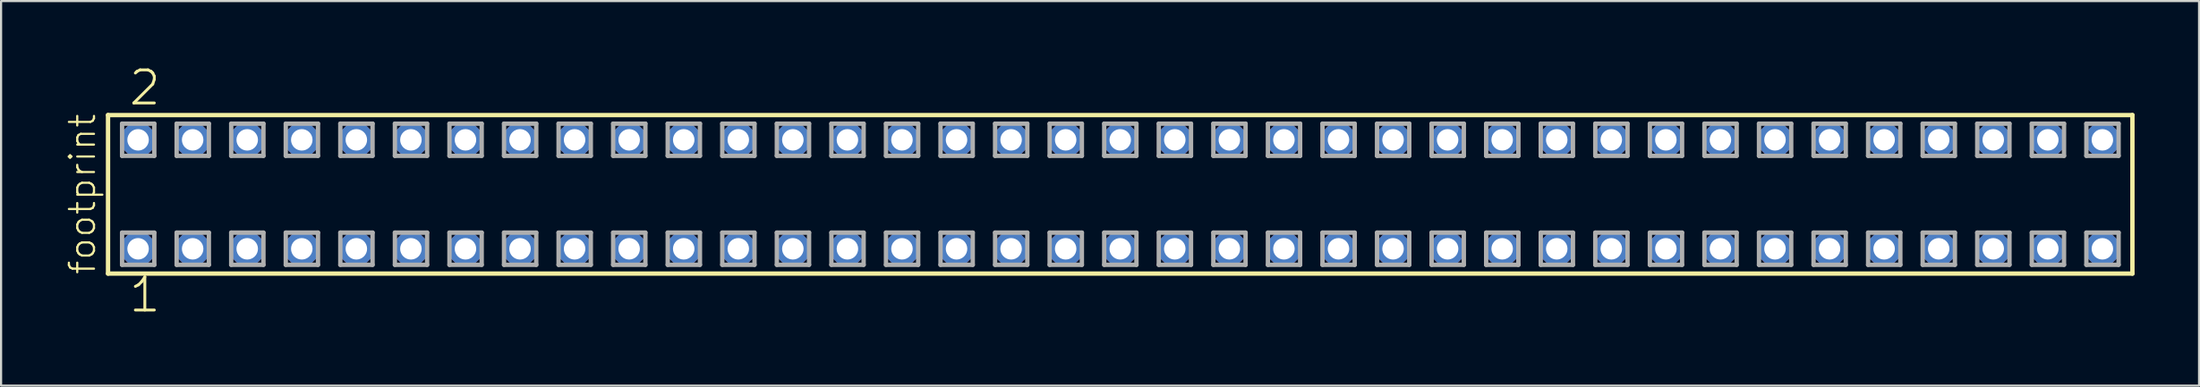
<source format=kicad_pcb>
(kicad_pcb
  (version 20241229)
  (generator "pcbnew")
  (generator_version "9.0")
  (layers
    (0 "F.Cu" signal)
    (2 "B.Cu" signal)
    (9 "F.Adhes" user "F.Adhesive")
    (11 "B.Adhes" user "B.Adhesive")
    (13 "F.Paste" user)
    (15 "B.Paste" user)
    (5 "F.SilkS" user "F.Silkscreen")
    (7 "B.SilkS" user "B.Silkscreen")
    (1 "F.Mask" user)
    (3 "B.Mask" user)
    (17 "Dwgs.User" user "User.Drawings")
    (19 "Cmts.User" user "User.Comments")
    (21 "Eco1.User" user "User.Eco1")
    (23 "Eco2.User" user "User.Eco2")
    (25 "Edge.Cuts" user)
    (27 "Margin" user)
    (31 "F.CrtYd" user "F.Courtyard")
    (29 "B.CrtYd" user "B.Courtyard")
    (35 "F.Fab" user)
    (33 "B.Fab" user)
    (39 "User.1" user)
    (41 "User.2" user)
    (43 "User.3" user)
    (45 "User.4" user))
  (footprint "footprint"
    (layer "F.Cu")
    (at 49.098 6.009)
    (property "Reference" "footprint" (at -47.625 3.81 90) (layer "F.SilkS") (effects (font (size 1.168 1.168) (thickness 0.102)) (justify left bottom)))
    (fp_line (start -47.119 -3.695) (end 47.119 -3.695) (stroke (width 0.203) (type solid)) (layer "F.SilkS"))
    (fp_line (start -47.119 3.695) (end -47.119 -3.695) (stroke (width 0.203) (type solid)) (layer "F.SilkS"))
    (fp_line (start 47.119 -3.695) (end 47.119 3.695) (stroke (width 0.203) (type solid)) (layer "F.SilkS"))
    (fp_line (start 47.119 3.695) (end -47.119 3.695) (stroke (width 0.203) (type solid)) (layer "F.SilkS"))
    (fp_line (start -46.465 -3.295) (end -44.965 -3.295) (stroke (width 0.203) (type solid)) (layer "F.Fab"))
    (fp_line (start -46.465 -1.795) (end -46.465 -3.295) (stroke (width 0.203) (type solid)) (layer "F.Fab"))
    (fp_line (start -46.465 1.785) (end -44.965 1.785) (stroke (width 0.203) (type solid)) (layer "F.Fab"))
    (fp_line (start -46.465 3.285) (end -46.465 1.785) (stroke (width 0.203) (type solid)) (layer "F.Fab"))
    (fp_line (start -44.965 -3.295) (end -44.965 -1.795) (stroke (width 0.203) (type solid)) (layer "F.Fab"))
    (fp_line (start -44.965 -1.795) (end -46.465 -1.795) (stroke (width 0.203) (type solid)) (layer "F.Fab"))
    (fp_line (start -44.965 1.785) (end -44.965 3.285) (stroke (width 0.203) (type solid)) (layer "F.Fab"))
    (fp_line (start -44.965 3.285) (end -46.465 3.285) (stroke (width 0.203) (type solid)) (layer "F.Fab"))
    (fp_line (start -43.925 -3.295) (end -42.425 -3.295) (stroke (width 0.203) (type solid)) (layer "F.Fab"))
    (fp_line (start -43.925 -1.795) (end -43.925 -3.295) (stroke (width 0.203) (type solid)) (layer "F.Fab"))
    (fp_line (start -43.925 1.785) (end -42.425 1.785) (stroke (width 0.203) (type solid)) (layer "F.Fab"))
    (fp_line (start -43.925 3.285) (end -43.925 1.785) (stroke (width 0.203) (type solid)) (layer "F.Fab"))
    (fp_line (start -42.425 -3.295) (end -42.425 -1.795) (stroke (width 0.203) (type solid)) (layer "F.Fab"))
    (fp_line (start -42.425 -1.795) (end -43.925 -1.795) (stroke (width 0.203) (type solid)) (layer "F.Fab"))
    (fp_line (start -42.425 1.785) (end -42.425 3.285) (stroke (width 0.203) (type solid)) (layer "F.Fab"))
    (fp_line (start -42.425 3.285) (end -43.925 3.285) (stroke (width 0.203) (type solid)) (layer "F.Fab"))
    (fp_line (start -41.385 -3.295) (end -39.885 -3.295) (stroke (width 0.203) (type solid)) (layer "F.Fab"))
    (fp_line (start -41.385 -1.795) (end -41.385 -3.295) (stroke (width 0.203) (type solid)) (layer "F.Fab"))
    (fp_line (start -41.385 1.785) (end -39.885 1.785) (stroke (width 0.203) (type solid)) (layer "F.Fab"))
    (fp_line (start -41.385 3.285) (end -41.385 1.785) (stroke (width 0.203) (type solid)) (layer "F.Fab"))
    (fp_line (start -39.885 -3.295) (end -39.885 -1.795) (stroke (width 0.203) (type solid)) (layer "F.Fab"))
    (fp_line (start -39.885 -1.795) (end -41.385 -1.795) (stroke (width 0.203) (type solid)) (layer "F.Fab"))
    (fp_line (start -39.885 1.785) (end -39.885 3.285) (stroke (width 0.203) (type solid)) (layer "F.Fab"))
    (fp_line (start -39.885 3.285) (end -41.385 3.285) (stroke (width 0.203) (type solid)) (layer "F.Fab"))
    (fp_line (start -38.845 -3.295) (end -37.345 -3.295) (stroke (width 0.203) (type solid)) (layer "F.Fab"))
    (fp_line (start -38.845 -1.795) (end -38.845 -3.295) (stroke (width 0.203) (type solid)) (layer "F.Fab"))
    (fp_line (start -38.845 1.785) (end -37.345 1.785) (stroke (width 0.203) (type solid)) (layer "F.Fab"))
    (fp_line (start -38.845 3.285) (end -38.845 1.785) (stroke (width 0.203) (type solid)) (layer "F.Fab"))
    (fp_line (start -37.345 -3.295) (end -37.345 -1.795) (stroke (width 0.203) (type solid)) (layer "F.Fab"))
    (fp_line (start -37.345 -1.795) (end -38.845 -1.795) (stroke (width 0.203) (type solid)) (layer "F.Fab"))
    (fp_line (start -37.345 1.785) (end -37.345 3.285) (stroke (width 0.203) (type solid)) (layer "F.Fab"))
    (fp_line (start -37.345 3.285) (end -38.845 3.285) (stroke (width 0.203) (type solid)) (layer "F.Fab"))
    (fp_line (start -36.305 -3.295) (end -34.805 -3.295) (stroke (width 0.203) (type solid)) (layer "F.Fab"))
    (fp_line (start -36.305 -1.795) (end -36.305 -3.295) (stroke (width 0.203) (type solid)) (layer "F.Fab"))
    (fp_line (start -36.305 1.785) (end -34.805 1.785) (stroke (width 0.203) (type solid)) (layer "F.Fab"))
    (fp_line (start -36.305 3.285) (end -36.305 1.785) (stroke (width 0.203) (type solid)) (layer "F.Fab"))
    (fp_line (start -34.805 -3.295) (end -34.805 -1.795) (stroke (width 0.203) (type solid)) (layer "F.Fab"))
    (fp_line (start -34.805 -1.795) (end -36.305 -1.795) (stroke (width 0.203) (type solid)) (layer "F.Fab"))
    (fp_line (start -34.805 1.785) (end -34.805 3.285) (stroke (width 0.203) (type solid)) (layer "F.Fab"))
    (fp_line (start -34.805 3.285) (end -36.305 3.285) (stroke (width 0.203) (type solid)) (layer "F.Fab"))
    (fp_line (start -33.765 -3.295) (end -32.265 -3.295) (stroke (width 0.203) (type solid)) (layer "F.Fab"))
    (fp_line (start -33.765 -1.795) (end -33.765 -3.295) (stroke (width 0.203) (type solid)) (layer "F.Fab"))
    (fp_line (start -33.765 1.785) (end -32.265 1.785) (stroke (width 0.203) (type solid)) (layer "F.Fab"))
    (fp_line (start -33.765 3.285) (end -33.765 1.785) (stroke (width 0.203) (type solid)) (layer "F.Fab"))
    (fp_line (start -32.265 -3.295) (end -32.265 -1.795) (stroke (width 0.203) (type solid)) (layer "F.Fab"))
    (fp_line (start -32.265 -1.795) (end -33.765 -1.795) (stroke (width 0.203) (type solid)) (layer "F.Fab"))
    (fp_line (start -32.265 1.785) (end -32.265 3.285) (stroke (width 0.203) (type solid)) (layer "F.Fab"))
    (fp_line (start -32.265 3.285) (end -33.765 3.285) (stroke (width 0.203) (type solid)) (layer "F.Fab"))
    (fp_line (start -31.225 -3.295) (end -29.725 -3.295) (stroke (width 0.203) (type solid)) (layer "F.Fab"))
    (fp_line (start -31.225 -1.795) (end -31.225 -3.295) (stroke (width 0.203) (type solid)) (layer "F.Fab"))
    (fp_line (start -31.225 1.785) (end -29.725 1.785) (stroke (width 0.203) (type solid)) (layer "F.Fab"))
    (fp_line (start -31.225 3.285) (end -31.225 1.785) (stroke (width 0.203) (type solid)) (layer "F.Fab"))
    (fp_line (start -29.725 -3.295) (end -29.725 -1.795) (stroke (width 0.203) (type solid)) (layer "F.Fab"))
    (fp_line (start -29.725 -1.795) (end -31.225 -1.795) (stroke (width 0.203) (type solid)) (layer "F.Fab"))
    (fp_line (start -29.725 1.785) (end -29.725 3.285) (stroke (width 0.203) (type solid)) (layer "F.Fab"))
    (fp_line (start -29.725 3.285) (end -31.225 3.285) (stroke (width 0.203) (type solid)) (layer "F.Fab"))
    (fp_line (start -28.685 -3.295) (end -27.185 -3.295) (stroke (width 0.203) (type solid)) (layer "F.Fab"))
    (fp_line (start -28.685 -1.795) (end -28.685 -3.295) (stroke (width 0.203) (type solid)) (layer "F.Fab"))
    (fp_line (start -28.685 1.785) (end -27.185 1.785) (stroke (width 0.203) (type solid)) (layer "F.Fab"))
    (fp_line (start -28.685 3.285) (end -28.685 1.785) (stroke (width 0.203) (type solid)) (layer "F.Fab"))
    (fp_line (start -27.185 -3.295) (end -27.185 -1.795) (stroke (width 0.203) (type solid)) (layer "F.Fab"))
    (fp_line (start -27.185 -1.795) (end -28.685 -1.795) (stroke (width 0.203) (type solid)) (layer "F.Fab"))
    (fp_line (start -27.185 1.785) (end -27.185 3.285) (stroke (width 0.203) (type solid)) (layer "F.Fab"))
    (fp_line (start -27.185 3.285) (end -28.685 3.285) (stroke (width 0.203) (type solid)) (layer "F.Fab"))
    (fp_line (start -26.145 -3.295) (end -24.645 -3.295) (stroke (width 0.203) (type solid)) (layer "F.Fab"))
    (fp_line (start -26.145 -1.795) (end -26.145 -3.295) (stroke (width 0.203) (type solid)) (layer "F.Fab"))
    (fp_line (start -26.145 1.785) (end -24.645 1.785) (stroke (width 0.203) (type solid)) (layer "F.Fab"))
    (fp_line (start -26.145 3.285) (end -26.145 1.785) (stroke (width 0.203) (type solid)) (layer "F.Fab"))
    (fp_line (start -24.645 -3.295) (end -24.645 -1.795) (stroke (width 0.203) (type solid)) (layer "F.Fab"))
    (fp_line (start -24.645 -1.795) (end -26.145 -1.795) (stroke (width 0.203) (type solid)) (layer "F.Fab"))
    (fp_line (start -24.645 1.785) (end -24.645 3.285) (stroke (width 0.203) (type solid)) (layer "F.Fab"))
    (fp_line (start -24.645 3.285) (end -26.145 3.285) (stroke (width 0.203) (type solid)) (layer "F.Fab"))
    (fp_line (start -23.605 -3.295) (end -22.105 -3.295) (stroke (width 0.203) (type solid)) (layer "F.Fab"))
    (fp_line (start -23.605 -1.795) (end -23.605 -3.295) (stroke (width 0.203) (type solid)) (layer "F.Fab"))
    (fp_line (start -23.605 1.785) (end -22.105 1.785) (stroke (width 0.203) (type solid)) (layer "F.Fab"))
    (fp_line (start -23.605 3.285) (end -23.605 1.785) (stroke (width 0.203) (type solid)) (layer "F.Fab"))
    (fp_line (start -22.105 -3.295) (end -22.105 -1.795) (stroke (width 0.203) (type solid)) (layer "F.Fab"))
    (fp_line (start -22.105 -1.795) (end -23.605 -1.795) (stroke (width 0.203) (type solid)) (layer "F.Fab"))
    (fp_line (start -22.105 1.785) (end -22.105 3.285) (stroke (width 0.203) (type solid)) (layer "F.Fab"))
    (fp_line (start -22.105 3.285) (end -23.605 3.285) (stroke (width 0.203) (type solid)) (layer "F.Fab"))
    (fp_line (start -21.065 -3.295) (end -19.565 -3.295) (stroke (width 0.203) (type solid)) (layer "F.Fab"))
    (fp_line (start -21.065 -1.795) (end -21.065 -3.295) (stroke (width 0.203) (type solid)) (layer "F.Fab"))
    (fp_line (start -21.065 1.785) (end -19.565 1.785) (stroke (width 0.203) (type solid)) (layer "F.Fab"))
    (fp_line (start -21.065 3.285) (end -21.065 1.785) (stroke (width 0.203) (type solid)) (layer "F.Fab"))
    (fp_line (start -19.565 -3.295) (end -19.565 -1.795) (stroke (width 0.203) (type solid)) (layer "F.Fab"))
    (fp_line (start -19.565 -1.795) (end -21.065 -1.795) (stroke (width 0.203) (type solid)) (layer "F.Fab"))
    (fp_line (start -19.565 1.785) (end -19.565 3.285) (stroke (width 0.203) (type solid)) (layer "F.Fab"))
    (fp_line (start -19.565 3.285) (end -21.065 3.285) (stroke (width 0.203) (type solid)) (layer "F.Fab"))
    (fp_line (start -18.525 -3.295) (end -17.025 -3.295) (stroke (width 0.203) (type solid)) (layer "F.Fab"))
    (fp_line (start -18.525 -1.795) (end -18.525 -3.295) (stroke (width 0.203) (type solid)) (layer "F.Fab"))
    (fp_line (start -18.525 1.785) (end -17.025 1.785) (stroke (width 0.203) (type solid)) (layer "F.Fab"))
    (fp_line (start -18.525 3.285) (end -18.525 1.785) (stroke (width 0.203) (type solid)) (layer "F.Fab"))
    (fp_line (start -17.025 -3.295) (end -17.025 -1.795) (stroke (width 0.203) (type solid)) (layer "F.Fab"))
    (fp_line (start -17.025 -1.795) (end -18.525 -1.795) (stroke (width 0.203) (type solid)) (layer "F.Fab"))
    (fp_line (start -17.025 1.785) (end -17.025 3.285) (stroke (width 0.203) (type solid)) (layer "F.Fab"))
    (fp_line (start -17.025 3.285) (end -18.525 3.285) (stroke (width 0.203) (type solid)) (layer "F.Fab"))
    (fp_line (start -15.985 -3.295) (end -14.485 -3.295) (stroke (width 0.203) (type solid)) (layer "F.Fab"))
    (fp_line (start -15.985 -1.795) (end -15.985 -3.295) (stroke (width 0.203) (type solid)) (layer "F.Fab"))
    (fp_line (start -15.985 1.785) (end -14.485 1.785) (stroke (width 0.203) (type solid)) (layer "F.Fab"))
    (fp_line (start -15.985 3.285) (end -15.985 1.785) (stroke (width 0.203) (type solid)) (layer "F.Fab"))
    (fp_line (start -14.485 -3.295) (end -14.485 -1.795) (stroke (width 0.203) (type solid)) (layer "F.Fab"))
    (fp_line (start -14.485 -1.795) (end -15.985 -1.795) (stroke (width 0.203) (type solid)) (layer "F.Fab"))
    (fp_line (start -14.485 1.785) (end -14.485 3.285) (stroke (width 0.203) (type solid)) (layer "F.Fab"))
    (fp_line (start -14.485 3.285) (end -15.985 3.285) (stroke (width 0.203) (type solid)) (layer "F.Fab"))
    (fp_line (start -13.445 -3.295) (end -11.945 -3.295) (stroke (width 0.203) (type solid)) (layer "F.Fab"))
    (fp_line (start -13.445 -1.795) (end -13.445 -3.295) (stroke (width 0.203) (type solid)) (layer "F.Fab"))
    (fp_line (start -13.445 1.785) (end -11.945 1.785) (stroke (width 0.203) (type solid)) (layer "F.Fab"))
    (fp_line (start -13.445 3.285) (end -13.445 1.785) (stroke (width 0.203) (type solid)) (layer "F.Fab"))
    (fp_line (start -11.945 -3.295) (end -11.945 -1.795) (stroke (width 0.203) (type solid)) (layer "F.Fab"))
    (fp_line (start -11.945 -1.795) (end -13.445 -1.795) (stroke (width 0.203) (type solid)) (layer "F.Fab"))
    (fp_line (start -11.945 1.785) (end -11.945 3.285) (stroke (width 0.203) (type solid)) (layer "F.Fab"))
    (fp_line (start -11.945 3.285) (end -13.445 3.285) (stroke (width 0.203) (type solid)) (layer "F.Fab"))
    (fp_line (start -10.905 -3.295) (end -9.405 -3.295) (stroke (width 0.203) (type solid)) (layer "F.Fab"))
    (fp_line (start -10.905 -1.795) (end -10.905 -3.295) (stroke (width 0.203) (type solid)) (layer "F.Fab"))
    (fp_line (start -10.905 1.785) (end -9.405 1.785) (stroke (width 0.203) (type solid)) (layer "F.Fab"))
    (fp_line (start -10.905 3.285) (end -10.905 1.785) (stroke (width 0.203) (type solid)) (layer "F.Fab"))
    (fp_line (start -9.405 -3.295) (end -9.405 -1.795) (stroke (width 0.203) (type solid)) (layer "F.Fab"))
    (fp_line (start -9.405 -1.795) (end -10.905 -1.795) (stroke (width 0.203) (type solid)) (layer "F.Fab"))
    (fp_line (start -9.405 1.785) (end -9.405 3.285) (stroke (width 0.203) (type solid)) (layer "F.Fab"))
    (fp_line (start -9.405 3.285) (end -10.905 3.285) (stroke (width 0.203) (type solid)) (layer "F.Fab"))
    (fp_line (start -8.365 -3.295) (end -6.865 -3.295) (stroke (width 0.203) (type solid)) (layer "F.Fab"))
    (fp_line (start -8.365 -1.795) (end -8.365 -3.295) (stroke (width 0.203) (type solid)) (layer "F.Fab"))
    (fp_line (start -8.365 1.785) (end -6.865 1.785) (stroke (width 0.203) (type solid)) (layer "F.Fab"))
    (fp_line (start -8.365 3.285) (end -8.365 1.785) (stroke (width 0.203) (type solid)) (layer "F.Fab"))
    (fp_line (start -6.865 -3.295) (end -6.865 -1.795) (stroke (width 0.203) (type solid)) (layer "F.Fab"))
    (fp_line (start -6.865 -1.795) (end -8.365 -1.795) (stroke (width 0.203) (type solid)) (layer "F.Fab"))
    (fp_line (start -6.865 1.785) (end -6.865 3.285) (stroke (width 0.203) (type solid)) (layer "F.Fab"))
    (fp_line (start -6.865 3.285) (end -8.365 3.285) (stroke (width 0.203) (type solid)) (layer "F.Fab"))
    (fp_line (start -5.825 -3.295) (end -4.325 -3.295) (stroke (width 0.203) (type solid)) (layer "F.Fab"))
    (fp_line (start -5.825 -1.795) (end -5.825 -3.295) (stroke (width 0.203) (type solid)) (layer "F.Fab"))
    (fp_line (start -5.825 1.785) (end -4.325 1.785) (stroke (width 0.203) (type solid)) (layer "F.Fab"))
    (fp_line (start -5.825 3.285) (end -5.825 1.785) (stroke (width 0.203) (type solid)) (layer "F.Fab"))
    (fp_line (start -4.325 -3.295) (end -4.325 -1.795) (stroke (width 0.203) (type solid)) (layer "F.Fab"))
    (fp_line (start -4.325 -1.795) (end -5.825 -1.795) (stroke (width 0.203) (type solid)) (layer "F.Fab"))
    (fp_line (start -4.325 1.785) (end -4.325 3.285) (stroke (width 0.203) (type solid)) (layer "F.Fab"))
    (fp_line (start -4.325 3.285) (end -5.825 3.285) (stroke (width 0.203) (type solid)) (layer "F.Fab"))
    (fp_line (start -3.285 -3.295) (end -1.785 -3.295) (stroke (width 0.203) (type solid)) (layer "F.Fab"))
    (fp_line (start -3.285 -1.795) (end -3.285 -3.295) (stroke (width 0.203) (type solid)) (layer "F.Fab"))
    (fp_line (start -3.285 1.785) (end -1.785 1.785) (stroke (width 0.203) (type solid)) (layer "F.Fab"))
    (fp_line (start -3.285 3.285) (end -3.285 1.785) (stroke (width 0.203) (type solid)) (layer "F.Fab"))
    (fp_line (start -1.785 -3.295) (end -1.785 -1.795) (stroke (width 0.203) (type solid)) (layer "F.Fab"))
    (fp_line (start -1.785 -1.795) (end -3.285 -1.795) (stroke (width 0.203) (type solid)) (layer "F.Fab"))
    (fp_line (start -1.785 1.785) (end -1.785 3.285) (stroke (width 0.203) (type solid)) (layer "F.Fab"))
    (fp_line (start -1.785 3.285) (end -3.285 3.285) (stroke (width 0.203) (type solid)) (layer "F.Fab"))
    (fp_line (start -0.745 -3.295) (end 0.755 -3.295) (stroke (width 0.203) (type solid)) (layer "F.Fab"))
    (fp_line (start -0.745 -1.795) (end -0.745 -3.295) (stroke (width 0.203) (type solid)) (layer "F.Fab"))
    (fp_line (start -0.745 1.785) (end 0.755 1.785) (stroke (width 0.203) (type solid)) (layer "F.Fab"))
    (fp_line (start -0.745 3.285) (end -0.745 1.785) (stroke (width 0.203) (type solid)) (layer "F.Fab"))
    (fp_line (start 0.755 -3.295) (end 0.755 -1.795) (stroke (width 0.203) (type solid)) (layer "F.Fab"))
    (fp_line (start 0.755 -1.795) (end -0.745 -1.795) (stroke (width 0.203) (type solid)) (layer "F.Fab"))
    (fp_line (start 0.755 1.785) (end 0.755 3.285) (stroke (width 0.203) (type solid)) (layer "F.Fab"))
    (fp_line (start 0.755 3.285) (end -0.745 3.285) (stroke (width 0.203) (type solid)) (layer "F.Fab"))
    (fp_line (start 1.795 -3.295) (end 3.295 -3.295) (stroke (width 0.203) (type solid)) (layer "F.Fab"))
    (fp_line (start 1.795 -1.795) (end 1.795 -3.295) (stroke (width 0.203) (type solid)) (layer "F.Fab"))
    (fp_line (start 1.795 1.785) (end 3.295 1.785) (stroke (width 0.203) (type solid)) (layer "F.Fab"))
    (fp_line (start 1.795 3.285) (end 1.795 1.785) (stroke (width 0.203) (type solid)) (layer "F.Fab"))
    (fp_line (start 3.295 -3.295) (end 3.295 -1.795) (stroke (width 0.203) (type solid)) (layer "F.Fab"))
    (fp_line (start 3.295 -1.795) (end 1.795 -1.795) (stroke (width 0.203) (type solid)) (layer "F.Fab"))
    (fp_line (start 3.295 1.785) (end 3.295 3.285) (stroke (width 0.203) (type solid)) (layer "F.Fab"))
    (fp_line (start 3.295 3.285) (end 1.795 3.285) (stroke (width 0.203) (type solid)) (layer "F.Fab"))
    (fp_line (start 4.335 -3.295) (end 5.835 -3.295) (stroke (width 0.203) (type solid)) (layer "F.Fab"))
    (fp_line (start 4.335 -1.795) (end 4.335 -3.295) (stroke (width 0.203) (type solid)) (layer "F.Fab"))
    (fp_line (start 4.335 1.785) (end 5.835 1.785) (stroke (width 0.203) (type solid)) (layer "F.Fab"))
    (fp_line (start 4.335 3.285) (end 4.335 1.785) (stroke (width 0.203) (type solid)) (layer "F.Fab"))
    (fp_line (start 5.835 -3.295) (end 5.835 -1.795) (stroke (width 0.203) (type solid)) (layer "F.Fab"))
    (fp_line (start 5.835 -1.795) (end 4.335 -1.795) (stroke (width 0.203) (type solid)) (layer "F.Fab"))
    (fp_line (start 5.835 1.785) (end 5.835 3.285) (stroke (width 0.203) (type solid)) (layer "F.Fab"))
    (fp_line (start 5.835 3.285) (end 4.335 3.285) (stroke (width 0.203) (type solid)) (layer "F.Fab"))
    (fp_line (start 6.875 -3.295) (end 8.375 -3.295) (stroke (width 0.203) (type solid)) (layer "F.Fab"))
    (fp_line (start 6.875 -1.795) (end 6.875 -3.295) (stroke (width 0.203) (type solid)) (layer "F.Fab"))
    (fp_line (start 6.875 1.785) (end 8.375 1.785) (stroke (width 0.203) (type solid)) (layer "F.Fab"))
    (fp_line (start 6.875 3.285) (end 6.875 1.785) (stroke (width 0.203) (type solid)) (layer "F.Fab"))
    (fp_line (start 8.375 -3.295) (end 8.375 -1.795) (stroke (width 0.203) (type solid)) (layer "F.Fab"))
    (fp_line (start 8.375 -1.795) (end 6.875 -1.795) (stroke (width 0.203) (type solid)) (layer "F.Fab"))
    (fp_line (start 8.375 1.785) (end 8.375 3.285) (stroke (width 0.203) (type solid)) (layer "F.Fab"))
    (fp_line (start 8.375 3.285) (end 6.875 3.285) (stroke (width 0.203) (type solid)) (layer "F.Fab"))
    (fp_line (start 9.415 -3.295) (end 10.915 -3.295) (stroke (width 0.203) (type solid)) (layer "F.Fab"))
    (fp_line (start 9.415 -1.795) (end 9.415 -3.295) (stroke (width 0.203) (type solid)) (layer "F.Fab"))
    (fp_line (start 9.415 1.785) (end 10.915 1.785) (stroke (width 0.203) (type solid)) (layer "F.Fab"))
    (fp_line (start 9.415 3.285) (end 9.415 1.785) (stroke (width 0.203) (type solid)) (layer "F.Fab"))
    (fp_line (start 10.915 -3.295) (end 10.915 -1.795) (stroke (width 0.203) (type solid)) (layer "F.Fab"))
    (fp_line (start 10.915 -1.795) (end 9.415 -1.795) (stroke (width 0.203) (type solid)) (layer "F.Fab"))
    (fp_line (start 10.915 1.785) (end 10.915 3.285) (stroke (width 0.203) (type solid)) (layer "F.Fab"))
    (fp_line (start 10.915 3.285) (end 9.415 3.285) (stroke (width 0.203) (type solid)) (layer "F.Fab"))
    (fp_line (start 11.955 -3.295) (end 13.455 -3.295) (stroke (width 0.203) (type solid)) (layer "F.Fab"))
    (fp_line (start 11.955 -1.795) (end 11.955 -3.295) (stroke (width 0.203) (type solid)) (layer "F.Fab"))
    (fp_line (start 11.955 1.785) (end 13.455 1.785) (stroke (width 0.203) (type solid)) (layer "F.Fab"))
    (fp_line (start 11.955 3.285) (end 11.955 1.785) (stroke (width 0.203) (type solid)) (layer "F.Fab"))
    (fp_line (start 13.455 -3.295) (end 13.455 -1.795) (stroke (width 0.203) (type solid)) (layer "F.Fab"))
    (fp_line (start 13.455 -1.795) (end 11.955 -1.795) (stroke (width 0.203) (type solid)) (layer "F.Fab"))
    (fp_line (start 13.455 1.785) (end 13.455 3.285) (stroke (width 0.203) (type solid)) (layer "F.Fab"))
    (fp_line (start 13.455 3.285) (end 11.955 3.285) (stroke (width 0.203) (type solid)) (layer "F.Fab"))
    (fp_line (start 14.495 -3.295) (end 15.995 -3.295) (stroke (width 0.203) (type solid)) (layer "F.Fab"))
    (fp_line (start 14.495 -1.795) (end 14.495 -3.295) (stroke (width 0.203) (type solid)) (layer "F.Fab"))
    (fp_line (start 14.495 1.785) (end 15.995 1.785) (stroke (width 0.203) (type solid)) (layer "F.Fab"))
    (fp_line (start 14.495 3.285) (end 14.495 1.785) (stroke (width 0.203) (type solid)) (layer "F.Fab"))
    (fp_line (start 15.995 -3.295) (end 15.995 -1.795) (stroke (width 0.203) (type solid)) (layer "F.Fab"))
    (fp_line (start 15.995 -1.795) (end 14.495 -1.795) (stroke (width 0.203) (type solid)) (layer "F.Fab"))
    (fp_line (start 15.995 1.785) (end 15.995 3.285) (stroke (width 0.203) (type solid)) (layer "F.Fab"))
    (fp_line (start 15.995 3.285) (end 14.495 3.285) (stroke (width 0.203) (type solid)) (layer "F.Fab"))
    (fp_line (start 17.035 -3.295) (end 18.535 -3.295) (stroke (width 0.203) (type solid)) (layer "F.Fab"))
    (fp_line (start 17.035 -1.795) (end 17.035 -3.295) (stroke (width 0.203) (type solid)) (layer "F.Fab"))
    (fp_line (start 17.035 1.785) (end 18.535 1.785) (stroke (width 0.203) (type solid)) (layer "F.Fab"))
    (fp_line (start 17.035 3.285) (end 17.035 1.785) (stroke (width 0.203) (type solid)) (layer "F.Fab"))
    (fp_line (start 18.535 -3.295) (end 18.535 -1.795) (stroke (width 0.203) (type solid)) (layer "F.Fab"))
    (fp_line (start 18.535 -1.795) (end 17.035 -1.795) (stroke (width 0.203) (type solid)) (layer "F.Fab"))
    (fp_line (start 18.535 1.785) (end 18.535 3.285) (stroke (width 0.203) (type solid)) (layer "F.Fab"))
    (fp_line (start 18.535 3.285) (end 17.035 3.285) (stroke (width 0.203) (type solid)) (layer "F.Fab"))
    (fp_line (start 19.575 -3.295) (end 21.075 -3.295) (stroke (width 0.203) (type solid)) (layer "F.Fab"))
    (fp_line (start 19.575 -1.795) (end 19.575 -3.295) (stroke (width 0.203) (type solid)) (layer "F.Fab"))
    (fp_line (start 19.575 1.785) (end 21.075 1.785) (stroke (width 0.203) (type solid)) (layer "F.Fab"))
    (fp_line (start 19.575 3.285) (end 19.575 1.785) (stroke (width 0.203) (type solid)) (layer "F.Fab"))
    (fp_line (start 21.075 -3.295) (end 21.075 -1.795) (stroke (width 0.203) (type solid)) (layer "F.Fab"))
    (fp_line (start 21.075 -1.795) (end 19.575 -1.795) (stroke (width 0.203) (type solid)) (layer "F.Fab"))
    (fp_line (start 21.075 1.785) (end 21.075 3.285) (stroke (width 0.203) (type solid)) (layer "F.Fab"))
    (fp_line (start 21.075 3.285) (end 19.575 3.285) (stroke (width 0.203) (type solid)) (layer "F.Fab"))
    (fp_line (start 22.115 -3.295) (end 23.615 -3.295) (stroke (width 0.203) (type solid)) (layer "F.Fab"))
    (fp_line (start 22.115 -1.795) (end 22.115 -3.295) (stroke (width 0.203) (type solid)) (layer "F.Fab"))
    (fp_line (start 22.115 1.785) (end 23.615 1.785) (stroke (width 0.203) (type solid)) (layer "F.Fab"))
    (fp_line (start 22.115 3.285) (end 22.115 1.785) (stroke (width 0.203) (type solid)) (layer "F.Fab"))
    (fp_line (start 23.615 -3.295) (end 23.615 -1.795) (stroke (width 0.203) (type solid)) (layer "F.Fab"))
    (fp_line (start 23.615 -1.795) (end 22.115 -1.795) (stroke (width 0.203) (type solid)) (layer "F.Fab"))
    (fp_line (start 23.615 1.785) (end 23.615 3.285) (stroke (width 0.203) (type solid)) (layer "F.Fab"))
    (fp_line (start 23.615 3.285) (end 22.115 3.285) (stroke (width 0.203) (type solid)) (layer "F.Fab"))
    (fp_line (start 24.655 -3.295) (end 26.155 -3.295) (stroke (width 0.203) (type solid)) (layer "F.Fab"))
    (fp_line (start 24.655 -1.795) (end 24.655 -3.295) (stroke (width 0.203) (type solid)) (layer "F.Fab"))
    (fp_line (start 24.655 1.785) (end 26.155 1.785) (stroke (width 0.203) (type solid)) (layer "F.Fab"))
    (fp_line (start 24.655 3.285) (end 24.655 1.785) (stroke (width 0.203) (type solid)) (layer "F.Fab"))
    (fp_line (start 26.155 -3.295) (end 26.155 -1.795) (stroke (width 0.203) (type solid)) (layer "F.Fab"))
    (fp_line (start 26.155 -1.795) (end 24.655 -1.795) (stroke (width 0.203) (type solid)) (layer "F.Fab"))
    (fp_line (start 26.155 1.785) (end 26.155 3.285) (stroke (width 0.203) (type solid)) (layer "F.Fab"))
    (fp_line (start 26.155 3.285) (end 24.655 3.285) (stroke (width 0.203) (type solid)) (layer "F.Fab"))
    (fp_line (start 27.195 -3.295) (end 28.695 -3.295) (stroke (width 0.203) (type solid)) (layer "F.Fab"))
    (fp_line (start 27.195 -1.795) (end 27.195 -3.295) (stroke (width 0.203) (type solid)) (layer "F.Fab"))
    (fp_line (start 27.195 1.785) (end 28.695 1.785) (stroke (width 0.203) (type solid)) (layer "F.Fab"))
    (fp_line (start 27.195 3.285) (end 27.195 1.785) (stroke (width 0.203) (type solid)) (layer "F.Fab"))
    (fp_line (start 28.695 -3.295) (end 28.695 -1.795) (stroke (width 0.203) (type solid)) (layer "F.Fab"))
    (fp_line (start 28.695 -1.795) (end 27.195 -1.795) (stroke (width 0.203) (type solid)) (layer "F.Fab"))
    (fp_line (start 28.695 1.785) (end 28.695 3.285) (stroke (width 0.203) (type solid)) (layer "F.Fab"))
    (fp_line (start 28.695 3.285) (end 27.195 3.285) (stroke (width 0.203) (type solid)) (layer "F.Fab"))
    (fp_line (start 29.735 -3.295) (end 31.235 -3.295) (stroke (width 0.203) (type solid)) (layer "F.Fab"))
    (fp_line (start 29.735 -1.795) (end 29.735 -3.295) (stroke (width 0.203) (type solid)) (layer "F.Fab"))
    (fp_line (start 29.735 1.785) (end 31.235 1.785) (stroke (width 0.203) (type solid)) (layer "F.Fab"))
    (fp_line (start 29.735 3.285) (end 29.735 1.785) (stroke (width 0.203) (type solid)) (layer "F.Fab"))
    (fp_line (start 31.235 -3.295) (end 31.235 -1.795) (stroke (width 0.203) (type solid)) (layer "F.Fab"))
    (fp_line (start 31.235 -1.795) (end 29.735 -1.795) (stroke (width 0.203) (type solid)) (layer "F.Fab"))
    (fp_line (start 31.235 1.785) (end 31.235 3.285) (stroke (width 0.203) (type solid)) (layer "F.Fab"))
    (fp_line (start 31.235 3.285) (end 29.735 3.285) (stroke (width 0.203) (type solid)) (layer "F.Fab"))
    (fp_line (start 32.275 -3.295) (end 33.775 -3.295) (stroke (width 0.203) (type solid)) (layer "F.Fab"))
    (fp_line (start 32.275 -1.795) (end 32.275 -3.295) (stroke (width 0.203) (type solid)) (layer "F.Fab"))
    (fp_line (start 32.275 1.785) (end 33.775 1.785) (stroke (width 0.203) (type solid)) (layer "F.Fab"))
    (fp_line (start 32.275 3.285) (end 32.275 1.785) (stroke (width 0.203) (type solid)) (layer "F.Fab"))
    (fp_line (start 33.775 -3.295) (end 33.775 -1.795) (stroke (width 0.203) (type solid)) (layer "F.Fab"))
    (fp_line (start 33.775 -1.795) (end 32.275 -1.795) (stroke (width 0.203) (type solid)) (layer "F.Fab"))
    (fp_line (start 33.775 1.785) (end 33.775 3.285) (stroke (width 0.203) (type solid)) (layer "F.Fab"))
    (fp_line (start 33.775 3.285) (end 32.275 3.285) (stroke (width 0.203) (type solid)) (layer "F.Fab"))
    (fp_line (start 34.815 -3.295) (end 36.315 -3.295) (stroke (width 0.203) (type solid)) (layer "F.Fab"))
    (fp_line (start 34.815 -1.795) (end 34.815 -3.295) (stroke (width 0.203) (type solid)) (layer "F.Fab"))
    (fp_line (start 34.815 1.785) (end 36.315 1.785) (stroke (width 0.203) (type solid)) (layer "F.Fab"))
    (fp_line (start 34.815 3.285) (end 34.815 1.785) (stroke (width 0.203) (type solid)) (layer "F.Fab"))
    (fp_line (start 36.315 -3.295) (end 36.315 -1.795) (stroke (width 0.203) (type solid)) (layer "F.Fab"))
    (fp_line (start 36.315 -1.795) (end 34.815 -1.795) (stroke (width 0.203) (type solid)) (layer "F.Fab"))
    (fp_line (start 36.315 1.785) (end 36.315 3.285) (stroke (width 0.203) (type solid)) (layer "F.Fab"))
    (fp_line (start 36.315 3.285) (end 34.815 3.285) (stroke (width 0.203) (type solid)) (layer "F.Fab"))
    (fp_line (start 37.355 -3.295) (end 38.855 -3.295) (stroke (width 0.203) (type solid)) (layer "F.Fab"))
    (fp_line (start 37.355 -1.795) (end 37.355 -3.295) (stroke (width 0.203) (type solid)) (layer "F.Fab"))
    (fp_line (start 37.355 1.785) (end 38.855 1.785) (stroke (width 0.203) (type solid)) (layer "F.Fab"))
    (fp_line (start 37.355 3.285) (end 37.355 1.785) (stroke (width 0.203) (type solid)) (layer "F.Fab"))
    (fp_line (start 38.855 -3.295) (end 38.855 -1.795) (stroke (width 0.203) (type solid)) (layer "F.Fab"))
    (fp_line (start 38.855 -1.795) (end 37.355 -1.795) (stroke (width 0.203) (type solid)) (layer "F.Fab"))
    (fp_line (start 38.855 1.785) (end 38.855 3.285) (stroke (width 0.203) (type solid)) (layer "F.Fab"))
    (fp_line (start 38.855 3.285) (end 37.355 3.285) (stroke (width 0.203) (type solid)) (layer "F.Fab"))
    (fp_line (start 39.895 -3.295) (end 41.395 -3.295) (stroke (width 0.203) (type solid)) (layer "F.Fab"))
    (fp_line (start 39.895 -1.795) (end 39.895 -3.295) (stroke (width 0.203) (type solid)) (layer "F.Fab"))
    (fp_line (start 39.895 1.785) (end 41.395 1.785) (stroke (width 0.203) (type solid)) (layer "F.Fab"))
    (fp_line (start 39.895 3.285) (end 39.895 1.785) (stroke (width 0.203) (type solid)) (layer "F.Fab"))
    (fp_line (start 41.395 -3.295) (end 41.395 -1.795) (stroke (width 0.203) (type solid)) (layer "F.Fab"))
    (fp_line (start 41.395 -1.795) (end 39.895 -1.795) (stroke (width 0.203) (type solid)) (layer "F.Fab"))
    (fp_line (start 41.395 1.785) (end 41.395 3.285) (stroke (width 0.203) (type solid)) (layer "F.Fab"))
    (fp_line (start 41.395 3.285) (end 39.895 3.285) (stroke (width 0.203) (type solid)) (layer "F.Fab"))
    (fp_line (start 42.435 -3.295) (end 43.935 -3.295) (stroke (width 0.203) (type solid)) (layer "F.Fab"))
    (fp_line (start 42.435 -1.795) (end 42.435 -3.295) (stroke (width 0.203) (type solid)) (layer "F.Fab"))
    (fp_line (start 42.435 1.785) (end 43.935 1.785) (stroke (width 0.203) (type solid)) (layer "F.Fab"))
    (fp_line (start 42.435 3.285) (end 42.435 1.785) (stroke (width 0.203) (type solid)) (layer "F.Fab"))
    (fp_line (start 43.935 -3.295) (end 43.935 -1.795) (stroke (width 0.203) (type solid)) (layer "F.Fab"))
    (fp_line (start 43.935 -1.795) (end 42.435 -1.795) (stroke (width 0.203) (type solid)) (layer "F.Fab"))
    (fp_line (start 43.935 1.785) (end 43.935 3.285) (stroke (width 0.203) (type solid)) (layer "F.Fab"))
    (fp_line (start 43.935 3.285) (end 42.435 3.285) (stroke (width 0.203) (type solid)) (layer "F.Fab"))
    (fp_line (start 44.975 -3.295) (end 46.475 -3.295) (stroke (width 0.203) (type solid)) (layer "F.Fab"))
    (fp_line (start 44.975 -1.795) (end 44.975 -3.295) (stroke (width 0.203) (type solid)) (layer "F.Fab"))
    (fp_line (start 44.975 1.785) (end 46.475 1.785) (stroke (width 0.203) (type solid)) (layer "F.Fab"))
    (fp_line (start 44.975 3.285) (end 44.975 1.785) (stroke (width 0.203) (type solid)) (layer "F.Fab"))
    (fp_line (start 46.475 -3.295) (end 46.475 -1.795) (stroke (width 0.203) (type solid)) (layer "F.Fab"))
    (fp_line (start 46.475 -1.795) (end 44.975 -1.795) (stroke (width 0.203) (type solid)) (layer "F.Fab"))
    (fp_line (start 46.475 1.785) (end 46.475 3.285) (stroke (width 0.203) (type solid)) (layer "F.Fab"))
    (fp_line (start 46.475 3.285) (end 44.975 3.285) (stroke (width 0.203) (type solid)) (layer "F.Fab"))
    (fp_text user "2" (at -46.228 -4.064 0) (layer "F.SilkS") (effects (font (size 1.542 1.542) (thickness 0.134)) (justify left bottom)))
    (fp_text user "1" (at -46.228 5.588 0) (layer "F.SilkS") (effects (font (size 1.542 1.542) (thickness 0.134)) (justify left bottom)))
    (pad "1" thru_hole roundrect (at -45.72 2.54) (size 1.5 1.5) (drill 1) (layers "*.Cu" "*.Mask") (roundrect_rratio 0.25) (chamfer_ratio 0.25) (chamfer top_left top_right bottom_left bottom_right))
    (pad "2" thru_hole roundrect (at -45.72 -2.54) (size 1.5 1.5) (drill 1) (layers "*.Cu" "*.Mask") (roundrect_rratio 0.25) (chamfer_ratio 0.25) (chamfer top_left top_right bottom_left bottom_right))
    (pad "3" thru_hole roundrect (at -43.18 2.54) (size 1.5 1.5) (drill 1) (layers "*.Cu" "*.Mask") (roundrect_rratio 0.25) (chamfer_ratio 0.25) (chamfer top_left top_right bottom_left bottom_right))
    (pad "4" thru_hole roundrect (at -43.18 -2.54) (size 1.5 1.5) (drill 1) (layers "*.Cu" "*.Mask") (roundrect_rratio 0.25) (chamfer_ratio 0.25) (chamfer top_left top_right bottom_left bottom_right))
    (pad "5" thru_hole roundrect (at -40.64 2.54) (size 1.5 1.5) (drill 1) (layers "*.Cu" "*.Mask") (roundrect_rratio 0.25) (chamfer_ratio 0.25) (chamfer top_left top_right bottom_left bottom_right))
    (pad "6" thru_hole roundrect (at -40.64 -2.54) (size 1.5 1.5) (drill 1) (layers "*.Cu" "*.Mask") (roundrect_rratio 0.25) (chamfer_ratio 0.25) (chamfer top_left top_right bottom_left bottom_right))
    (pad "7" thru_hole roundrect (at -38.1 2.54) (size 1.5 1.5) (drill 1) (layers "*.Cu" "*.Mask") (roundrect_rratio 0.25) (chamfer_ratio 0.25) (chamfer top_left top_right bottom_left bottom_right))
    (pad "8" thru_hole roundrect (at -38.1 -2.54) (size 1.5 1.5) (drill 1) (layers "*.Cu" "*.Mask") (roundrect_rratio 0.25) (chamfer_ratio 0.25) (chamfer top_left top_right bottom_left bottom_right))
    (pad "9" thru_hole roundrect (at -35.56 2.54) (size 1.5 1.5) (drill 1) (layers "*.Cu" "*.Mask") (roundrect_rratio 0.25) (chamfer_ratio 0.25) (chamfer top_left top_right bottom_left bottom_right))
    (pad "10" thru_hole roundrect (at -35.56 -2.54) (size 1.5 1.5) (drill 1) (layers "*.Cu" "*.Mask") (roundrect_rratio 0.25) (chamfer_ratio 0.25) (chamfer top_left top_right bottom_left bottom_right))
    (pad "11" thru_hole roundrect (at -33.02 2.54) (size 1.5 1.5) (drill 1) (layers "*.Cu" "*.Mask") (roundrect_rratio 0.25) (chamfer_ratio 0.25) (chamfer top_left top_right bottom_left bottom_right))
    (pad "12" thru_hole roundrect (at -33.02 -2.54) (size 1.5 1.5) (drill 1) (layers "*.Cu" "*.Mask") (roundrect_rratio 0.25) (chamfer_ratio 0.25) (chamfer top_left top_right bottom_left bottom_right))
    (pad "13" thru_hole roundrect (at -30.48 2.54) (size 1.5 1.5) (drill 1) (layers "*.Cu" "*.Mask") (roundrect_rratio 0.25) (chamfer_ratio 0.25) (chamfer top_left top_right bottom_left bottom_right))
    (pad "14" thru_hole roundrect (at -30.48 -2.54) (size 1.5 1.5) (drill 1) (layers "*.Cu" "*.Mask") (roundrect_rratio 0.25) (chamfer_ratio 0.25) (chamfer top_left top_right bottom_left bottom_right))
    (pad "15" thru_hole roundrect (at -27.94 2.54) (size 1.5 1.5) (drill 1) (layers "*.Cu" "*.Mask") (roundrect_rratio 0.25) (chamfer_ratio 0.25) (chamfer top_left top_right bottom_left bottom_right))
    (pad "16" thru_hole roundrect (at -27.94 -2.54) (size 1.5 1.5) (drill 1) (layers "*.Cu" "*.Mask") (roundrect_rratio 0.25) (chamfer_ratio 0.25) (chamfer top_left top_right bottom_left bottom_right))
    (pad "17" thru_hole roundrect (at -25.4 2.54) (size 1.5 1.5) (drill 1) (layers "*.Cu" "*.Mask") (roundrect_rratio 0.25) (chamfer_ratio 0.25) (chamfer top_left top_right bottom_left bottom_right))
    (pad "18" thru_hole roundrect (at -25.4 -2.54) (size 1.5 1.5) (drill 1) (layers "*.Cu" "*.Mask") (roundrect_rratio 0.25) (chamfer_ratio 0.25) (chamfer top_left top_right bottom_left bottom_right))
    (pad "19" thru_hole roundrect (at -22.86 2.54) (size 1.5 1.5) (drill 1) (layers "*.Cu" "*.Mask") (roundrect_rratio 0.25) (chamfer_ratio 0.25) (chamfer top_left top_right bottom_left bottom_right))
    (pad "20" thru_hole roundrect (at -22.86 -2.54) (size 1.5 1.5) (drill 1) (layers "*.Cu" "*.Mask") (roundrect_rratio 0.25) (chamfer_ratio 0.25) (chamfer top_left top_right bottom_left bottom_right))
    (pad "21" thru_hole roundrect (at -20.32 2.54) (size 1.5 1.5) (drill 1) (layers "*.Cu" "*.Mask") (roundrect_rratio 0.25) (chamfer_ratio 0.25) (chamfer top_left top_right bottom_left bottom_right))
    (pad "22" thru_hole roundrect (at -20.32 -2.54) (size 1.5 1.5) (drill 1) (layers "*.Cu" "*.Mask") (roundrect_rratio 0.25) (chamfer_ratio 0.25) (chamfer top_left top_right bottom_left bottom_right))
    (pad "23" thru_hole roundrect (at -17.78 2.54) (size 1.5 1.5) (drill 1) (layers "*.Cu" "*.Mask") (roundrect_rratio 0.25) (chamfer_ratio 0.25) (chamfer top_left top_right bottom_left bottom_right))
    (pad "24" thru_hole roundrect (at -17.78 -2.54) (size 1.5 1.5) (drill 1) (layers "*.Cu" "*.Mask") (roundrect_rratio 0.25) (chamfer_ratio 0.25) (chamfer top_left top_right bottom_left bottom_right))
    (pad "25" thru_hole roundrect (at -15.24 2.54) (size 1.5 1.5) (drill 1) (layers "*.Cu" "*.Mask") (roundrect_rratio 0.25) (chamfer_ratio 0.25) (chamfer top_left top_right bottom_left bottom_right))
    (pad "26" thru_hole roundrect (at -15.24 -2.54) (size 1.5 1.5) (drill 1) (layers "*.Cu" "*.Mask") (roundrect_rratio 0.25) (chamfer_ratio 0.25) (chamfer top_left top_right bottom_left bottom_right))
    (pad "27" thru_hole roundrect (at -12.7 2.54) (size 1.5 1.5) (drill 1) (layers "*.Cu" "*.Mask") (roundrect_rratio 0.25) (chamfer_ratio 0.25) (chamfer top_left top_right bottom_left bottom_right))
    (pad "28" thru_hole roundrect (at -12.7 -2.54) (size 1.5 1.5) (drill 1) (layers "*.Cu" "*.Mask") (roundrect_rratio 0.25) (chamfer_ratio 0.25) (chamfer top_left top_right bottom_left bottom_right))
    (pad "29" thru_hole roundrect (at -10.16 2.54) (size 1.5 1.5) (drill 1) (layers "*.Cu" "*.Mask") (roundrect_rratio 0.25) (chamfer_ratio 0.25) (chamfer top_left top_right bottom_left bottom_right))
    (pad "30" thru_hole roundrect (at -10.16 -2.54) (size 1.5 1.5) (drill 1) (layers "*.Cu" "*.Mask") (roundrect_rratio 0.25) (chamfer_ratio 0.25) (chamfer top_left top_right bottom_left bottom_right))
    (pad "31" thru_hole roundrect (at -7.62 2.54) (size 1.5 1.5) (drill 1) (layers "*.Cu" "*.Mask") (roundrect_rratio 0.25) (chamfer_ratio 0.25) (chamfer top_left top_right bottom_left bottom_right))
    (pad "32" thru_hole roundrect (at -7.62 -2.54) (size 1.5 1.5) (drill 1) (layers "*.Cu" "*.Mask") (roundrect_rratio 0.25) (chamfer_ratio 0.25) (chamfer top_left top_right bottom_left bottom_right))
    (pad "33" thru_hole roundrect (at -5.08 2.54) (size 1.5 1.5) (drill 1) (layers "*.Cu" "*.Mask") (roundrect_rratio 0.25) (chamfer_ratio 0.25) (chamfer top_left top_right bottom_left bottom_right))
    (pad "34" thru_hole roundrect (at -5.08 -2.54) (size 1.5 1.5) (drill 1) (layers "*.Cu" "*.Mask") (roundrect_rratio 0.25) (chamfer_ratio 0.25) (chamfer top_left top_right bottom_left bottom_right))
    (pad "35" thru_hole roundrect (at -2.54 2.54) (size 1.5 1.5) (drill 1) (layers "*.Cu" "*.Mask") (roundrect_rratio 0.25) (chamfer_ratio 0.25) (chamfer top_left top_right bottom_left bottom_right))
    (pad "36" thru_hole roundrect (at -2.54 -2.54) (size 1.5 1.5) (drill 1) (layers "*.Cu" "*.Mask") (roundrect_rratio 0.25) (chamfer_ratio 0.25) (chamfer top_left top_right bottom_left bottom_right))
    (pad "37" thru_hole roundrect (at 0 2.54) (size 1.5 1.5) (drill 1) (layers "*.Cu" "*.Mask") (roundrect_rratio 0.25) (chamfer_ratio 0.25) (chamfer top_left top_right bottom_left bottom_right))
    (pad "38" thru_hole roundrect (at 0 -2.54) (size 1.5 1.5) (drill 1) (layers "*.Cu" "*.Mask") (roundrect_rratio 0.25) (chamfer_ratio 0.25) (chamfer top_left top_right bottom_left bottom_right))
    (pad "39" thru_hole roundrect (at 2.54 2.54) (size 1.5 1.5) (drill 1) (layers "*.Cu" "*.Mask") (roundrect_rratio 0.25) (chamfer_ratio 0.25) (chamfer top_left top_right bottom_left bottom_right))
    (pad "40" thru_hole roundrect (at 2.54 -2.54) (size 1.5 1.5) (drill 1) (layers "*.Cu" "*.Mask") (roundrect_rratio 0.25) (chamfer_ratio 0.25) (chamfer top_left top_right bottom_left bottom_right))
    (pad "41" thru_hole roundrect (at 5.08 2.54) (size 1.5 1.5) (drill 1) (layers "*.Cu" "*.Mask") (roundrect_rratio 0.25) (chamfer_ratio 0.25) (chamfer top_left top_right bottom_left bottom_right))
    (pad "42" thru_hole roundrect (at 5.08 -2.54) (size 1.5 1.5) (drill 1) (layers "*.Cu" "*.Mask") (roundrect_rratio 0.25) (chamfer_ratio 0.25) (chamfer top_left top_right bottom_left bottom_right))
    (pad "43" thru_hole roundrect (at 7.62 2.54) (size 1.5 1.5) (drill 1) (layers "*.Cu" "*.Mask") (roundrect_rratio 0.25) (chamfer_ratio 0.25) (chamfer top_left top_right bottom_left bottom_right))
    (pad "44" thru_hole roundrect (at 7.62 -2.54) (size 1.5 1.5) (drill 1) (layers "*.Cu" "*.Mask") (roundrect_rratio 0.25) (chamfer_ratio 0.25) (chamfer top_left top_right bottom_left bottom_right))
    (pad "45" thru_hole roundrect (at 10.16 2.54) (size 1.5 1.5) (drill 1) (layers "*.Cu" "*.Mask") (roundrect_rratio 0.25) (chamfer_ratio 0.25) (chamfer top_left top_right bottom_left bottom_right))
    (pad "46" thru_hole roundrect (at 10.16 -2.54) (size 1.5 1.5) (drill 1) (layers "*.Cu" "*.Mask") (roundrect_rratio 0.25) (chamfer_ratio 0.25) (chamfer top_left top_right bottom_left bottom_right))
    (pad "47" thru_hole roundrect (at 12.7 2.54) (size 1.5 1.5) (drill 1) (layers "*.Cu" "*.Mask") (roundrect_rratio 0.25) (chamfer_ratio 0.25) (chamfer top_left top_right bottom_left bottom_right))
    (pad "48" thru_hole roundrect (at 12.7 -2.54) (size 1.5 1.5) (drill 1) (layers "*.Cu" "*.Mask") (roundrect_rratio 0.25) (chamfer_ratio 0.25) (chamfer top_left top_right bottom_left bottom_right))
    (pad "49" thru_hole roundrect (at 15.24 2.54) (size 1.5 1.5) (drill 1) (layers "*.Cu" "*.Mask") (roundrect_rratio 0.25) (chamfer_ratio 0.25) (chamfer top_left top_right bottom_left bottom_right))
    (pad "50" thru_hole roundrect (at 15.24 -2.54) (size 1.5 1.5) (drill 1) (layers "*.Cu" "*.Mask") (roundrect_rratio 0.25) (chamfer_ratio 0.25) (chamfer top_left top_right bottom_left bottom_right))
    (pad "51" thru_hole roundrect (at 17.78 2.54) (size 1.5 1.5) (drill 1) (layers "*.Cu" "*.Mask") (roundrect_rratio 0.25) (chamfer_ratio 0.25) (chamfer top_left top_right bottom_left bottom_right))
    (pad "52" thru_hole roundrect (at 17.78 -2.54) (size 1.5 1.5) (drill 1) (layers "*.Cu" "*.Mask") (roundrect_rratio 0.25) (chamfer_ratio 0.25) (chamfer top_left top_right bottom_left bottom_right))
    (pad "53" thru_hole roundrect (at 20.32 2.54) (size 1.5 1.5) (drill 1) (layers "*.Cu" "*.Mask") (roundrect_rratio 0.25) (chamfer_ratio 0.25) (chamfer top_left top_right bottom_left bottom_right))
    (pad "54" thru_hole roundrect (at 20.32 -2.54) (size 1.5 1.5) (drill 1) (layers "*.Cu" "*.Mask") (roundrect_rratio 0.25) (chamfer_ratio 0.25) (chamfer top_left top_right bottom_left bottom_right))
    (pad "55" thru_hole roundrect (at 22.86 2.54) (size 1.5 1.5) (drill 1) (layers "*.Cu" "*.Mask") (roundrect_rratio 0.25) (chamfer_ratio 0.25) (chamfer top_left top_right bottom_left bottom_right))
    (pad "56" thru_hole roundrect (at 22.86 -2.54) (size 1.5 1.5) (drill 1) (layers "*.Cu" "*.Mask") (roundrect_rratio 0.25) (chamfer_ratio 0.25) (chamfer top_left top_right bottom_left bottom_right))
    (pad "57" thru_hole roundrect (at 25.4 2.54) (size 1.5 1.5) (drill 1) (layers "*.Cu" "*.Mask") (roundrect_rratio 0.25) (chamfer_ratio 0.25) (chamfer top_left top_right bottom_left bottom_right))
    (pad "58" thru_hole roundrect (at 25.4 -2.54) (size 1.5 1.5) (drill 1) (layers "*.Cu" "*.Mask") (roundrect_rratio 0.25) (chamfer_ratio 0.25) (chamfer top_left top_right bottom_left bottom_right))
    (pad "59" thru_hole roundrect (at 27.94 2.54) (size 1.5 1.5) (drill 1) (layers "*.Cu" "*.Mask") (roundrect_rratio 0.25) (chamfer_ratio 0.25) (chamfer top_left top_right bottom_left bottom_right))
    (pad "60" thru_hole roundrect (at 27.94 -2.54) (size 1.5 1.5) (drill 1) (layers "*.Cu" "*.Mask") (roundrect_rratio 0.25) (chamfer_ratio 0.25) (chamfer top_left top_right bottom_left bottom_right))
    (pad "61" thru_hole roundrect (at 30.48 2.54) (size 1.5 1.5) (drill 1) (layers "*.Cu" "*.Mask") (roundrect_rratio 0.25) (chamfer_ratio 0.25) (chamfer top_left top_right bottom_left bottom_right))
    (pad "62" thru_hole roundrect (at 30.48 -2.54) (size 1.5 1.5) (drill 1) (layers "*.Cu" "*.Mask") (roundrect_rratio 0.25) (chamfer_ratio 0.25) (chamfer top_left top_right bottom_left bottom_right))
    (pad "63" thru_hole roundrect (at 33.02 2.54) (size 1.5 1.5) (drill 1) (layers "*.Cu" "*.Mask") (roundrect_rratio 0.25) (chamfer_ratio 0.25) (chamfer top_left top_right bottom_left bottom_right))
    (pad "64" thru_hole roundrect (at 33.02 -2.54) (size 1.5 1.5) (drill 1) (layers "*.Cu" "*.Mask") (roundrect_rratio 0.25) (chamfer_ratio 0.25) (chamfer top_left top_right bottom_left bottom_right))
    (pad "65" thru_hole roundrect (at 35.56 2.54) (size 1.5 1.5) (drill 1) (layers "*.Cu" "*.Mask") (roundrect_rratio 0.25) (chamfer_ratio 0.25) (chamfer top_left top_right bottom_left bottom_right))
    (pad "66" thru_hole roundrect (at 35.56 -2.54) (size 1.5 1.5) (drill 1) (layers "*.Cu" "*.Mask") (roundrect_rratio 0.25) (chamfer_ratio 0.25) (chamfer top_left top_right bottom_left bottom_right))
    (pad "67" thru_hole roundrect (at 38.1 2.54) (size 1.5 1.5) (drill 1) (layers "*.Cu" "*.Mask") (roundrect_rratio 0.25) (chamfer_ratio 0.25) (chamfer top_left top_right bottom_left bottom_right))
    (pad "68" thru_hole roundrect (at 38.1 -2.54) (size 1.5 1.5) (drill 1) (layers "*.Cu" "*.Mask") (roundrect_rratio 0.25) (chamfer_ratio 0.25) (chamfer top_left top_right bottom_left bottom_right))
    (pad "69" thru_hole roundrect (at 40.64 2.54) (size 1.5 1.5) (drill 1) (layers "*.Cu" "*.Mask") (roundrect_rratio 0.25) (chamfer_ratio 0.25) (chamfer top_left top_right bottom_left bottom_right))
    (pad "70" thru_hole roundrect (at 40.64 -2.54) (size 1.5 1.5) (drill 1) (layers "*.Cu" "*.Mask") (roundrect_rratio 0.25) (chamfer_ratio 0.25) (chamfer top_left top_right bottom_left bottom_right))
    (pad "71" thru_hole roundrect (at 43.18 2.54) (size 1.5 1.5) (drill 1) (layers "*.Cu" "*.Mask") (roundrect_rratio 0.25) (chamfer_ratio 0.25) (chamfer top_left top_right bottom_left bottom_right))
    (pad "72" thru_hole roundrect (at 43.18 -2.54) (size 1.5 1.5) (drill 1) (layers "*.Cu" "*.Mask") (roundrect_rratio 0.25) (chamfer_ratio 0.25) (chamfer top_left top_right bottom_left bottom_right))
    (pad "73" thru_hole roundrect (at 45.72 2.54) (size 1.5 1.5) (drill 1) (layers "*.Cu" "*.Mask") (roundrect_rratio 0.25) (chamfer_ratio 0.25) (chamfer top_left top_right bottom_left bottom_right))
    (pad "74" thru_hole roundrect (at 45.72 -2.54) (size 1.5 1.5) (drill 1) (layers "*.Cu" "*.Mask") (roundrect_rratio 0.25) (chamfer_ratio 0.25) (chamfer top_left top_right bottom_left bottom_right)))
  (gr_rect
    (start -3 -3)
    (end 99.319 14.927)
    (stroke (width 0.1) (type default))
    (fill no)
    (layer "Edge.Cuts")))
</source>
